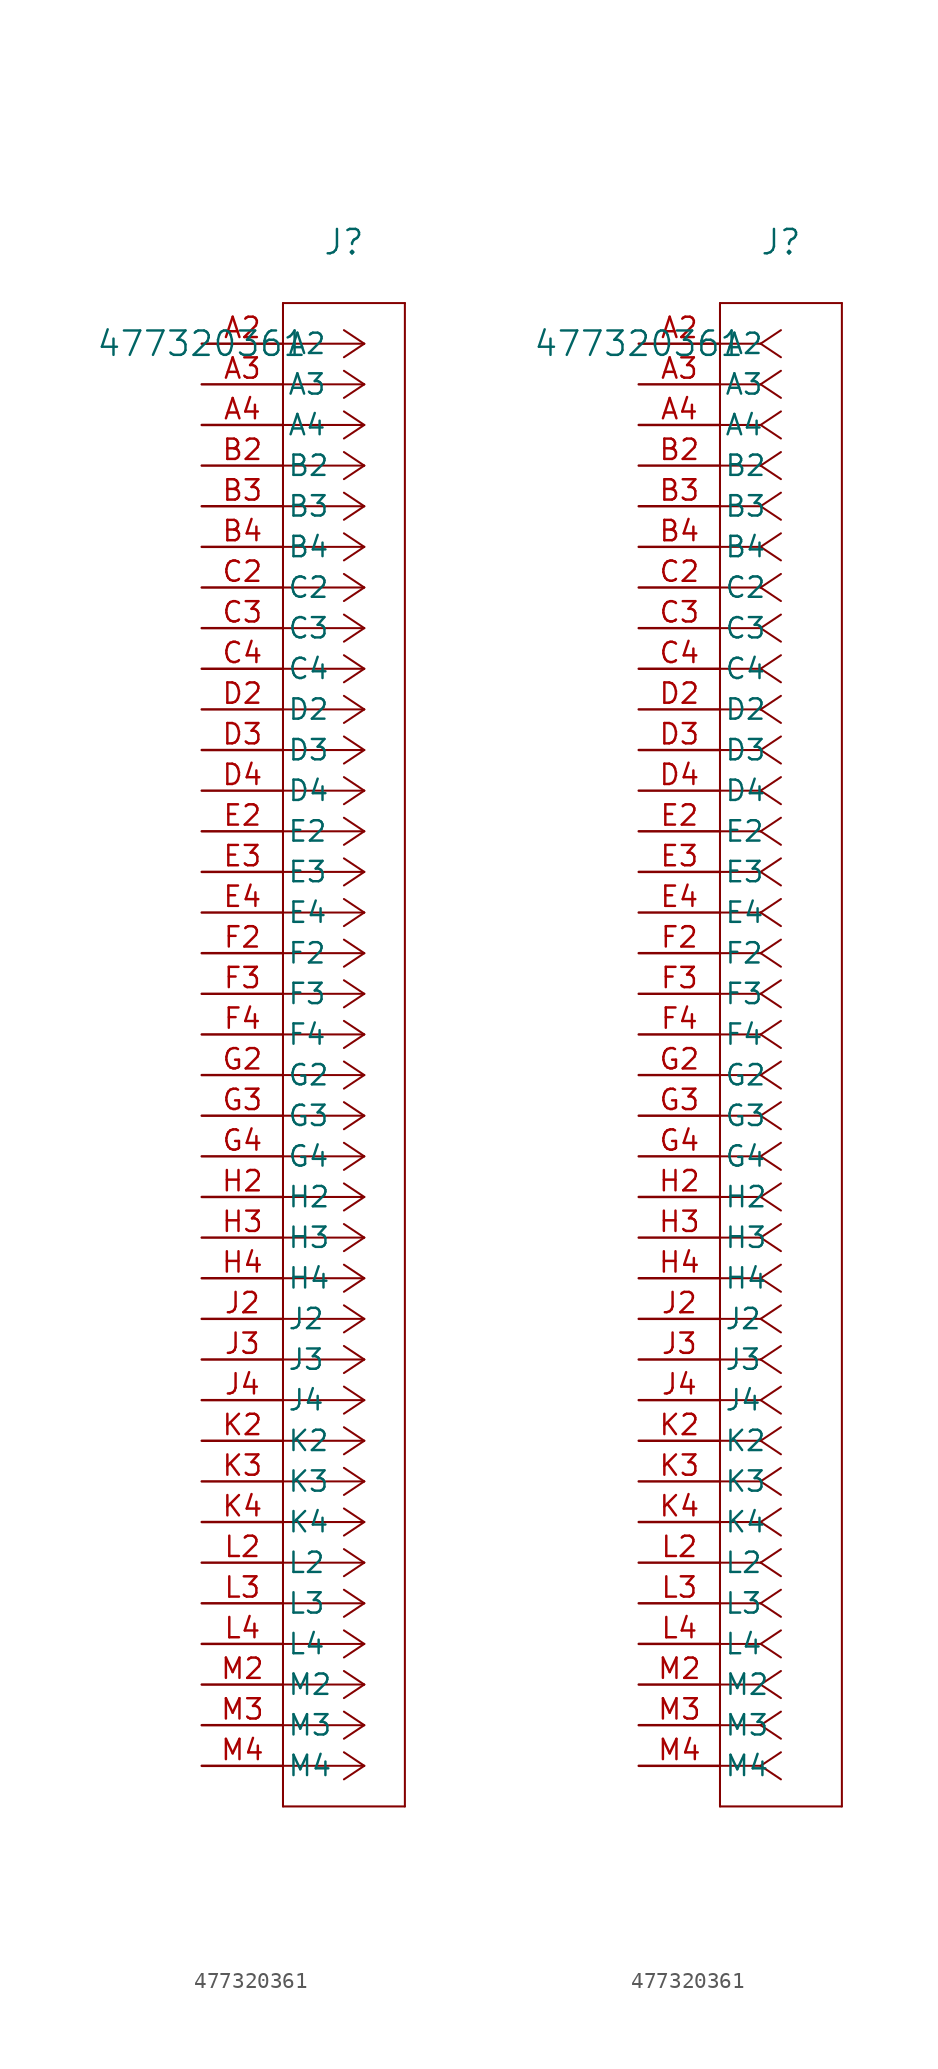
<source format=kicad_sym>
(kicad_symbol_lib
  (version 20211014)
  (generator kicad_symbol_editor)
  (symbol "477320361"
    (pin_names
      (offset 0.254))
    (property "Reference" "J"
      (at 8.89 6.35 0)
      (effects (font (size 1.524 1.524))))
    (property "Value" "477320361"
      (at 0 0 0)
      (effects (font (size 1.524 1.524))))
    (symbol "477320361_1_1"
      (polyline (pts (xy 10.16 0) (xy 5.08 0)) (stroke (width 0.127) (type default) (color 0 0 0 0)) (fill (type none)))
      (polyline (pts (xy 10.16 -2.54) (xy 5.08 -2.54)) (stroke (width 0.127) (type default) (color 0 0 0 0)) (fill (type none)))
      (polyline (pts (xy 10.16 -5.08) (xy 5.08 -5.08)) (stroke (width 0.127) (type default) (color 0 0 0 0)) (fill (type none)))
      (polyline (pts (xy 10.16 -7.62) (xy 5.08 -7.62)) (stroke (width 0.127) (type default) (color 0 0 0 0)) (fill (type none)))
      (polyline (pts (xy 10.16 -10.16) (xy 5.08 -10.16)) (stroke (width 0.127) (type default) (color 0 0 0 0)) (fill (type none)))
      (polyline (pts (xy 10.16 -12.7) (xy 5.08 -12.7)) (stroke (width 0.127) (type default) (color 0 0 0 0)) (fill (type none)))
      (polyline (pts (xy 10.16 -15.24) (xy 5.08 -15.24)) (stroke (width 0.127) (type default) (color 0 0 0 0)) (fill (type none)))
      (polyline (pts (xy 10.16 -17.78) (xy 5.08 -17.78)) (stroke (width 0.127) (type default) (color 0 0 0 0)) (fill (type none)))
      (polyline (pts (xy 10.16 -20.32) (xy 5.08 -20.32)) (stroke (width 0.127) (type default) (color 0 0 0 0)) (fill (type none)))
      (polyline (pts (xy 10.16 -22.86) (xy 5.08 -22.86)) (stroke (width 0.127) (type default) (color 0 0 0 0)) (fill (type none)))
      (polyline (pts (xy 10.16 -25.4) (xy 5.08 -25.4)) (stroke (width 0.127) (type default) (color 0 0 0 0)) (fill (type none)))
      (polyline (pts (xy 10.16 -27.94) (xy 5.08 -27.94)) (stroke (width 0.127) (type default) (color 0 0 0 0)) (fill (type none)))
      (polyline (pts (xy 10.16 -30.48) (xy 5.08 -30.48)) (stroke (width 0.127) (type default) (color 0 0 0 0)) (fill (type none)))
      (polyline (pts (xy 10.16 -33.02) (xy 5.08 -33.02)) (stroke (width 0.127) (type default) (color 0 0 0 0)) (fill (type none)))
      (polyline (pts (xy 10.16 -35.56) (xy 5.08 -35.56)) (stroke (width 0.127) (type default) (color 0 0 0 0)) (fill (type none)))
      (polyline (pts (xy 10.16 -38.1) (xy 5.08 -38.1)) (stroke (width 0.127) (type default) (color 0 0 0 0)) (fill (type none)))
      (polyline (pts (xy 10.16 -40.64) (xy 5.08 -40.64)) (stroke (width 0.127) (type default) (color 0 0 0 0)) (fill (type none)))
      (polyline (pts (xy 10.16 -43.18) (xy 5.08 -43.18)) (stroke (width 0.127) (type default) (color 0 0 0 0)) (fill (type none)))
      (polyline (pts (xy 10.16 -45.72) (xy 5.08 -45.72)) (stroke (width 0.127) (type default) (color 0 0 0 0)) (fill (type none)))
      (polyline (pts (xy 10.16 -48.26) (xy 5.08 -48.26)) (stroke (width 0.127) (type default) (color 0 0 0 0)) (fill (type none)))
      (polyline (pts (xy 10.16 -50.8) (xy 5.08 -50.8)) (stroke (width 0.127) (type default) (color 0 0 0 0)) (fill (type none)))
      (polyline (pts (xy 10.16 -53.34) (xy 5.08 -53.34)) (stroke (width 0.127) (type default) (color 0 0 0 0)) (fill (type none)))
      (polyline (pts (xy 10.16 -55.88) (xy 5.08 -55.88)) (stroke (width 0.127) (type default) (color 0 0 0 0)) (fill (type none)))
      (polyline (pts (xy 10.16 -58.42) (xy 5.08 -58.42)) (stroke (width 0.127) (type default) (color 0 0 0 0)) (fill (type none)))
      (polyline (pts (xy 10.16 -60.96) (xy 5.08 -60.96)) (stroke (width 0.127) (type default) (color 0 0 0 0)) (fill (type none)))
      (polyline (pts (xy 10.16 -63.5) (xy 5.08 -63.5)) (stroke (width 0.127) (type default) (color 0 0 0 0)) (fill (type none)))
      (polyline (pts (xy 10.16 -66.04) (xy 5.08 -66.04)) (stroke (width 0.127) (type default) (color 0 0 0 0)) (fill (type none)))
      (polyline (pts (xy 10.16 -68.58) (xy 5.08 -68.58)) (stroke (width 0.127) (type default) (color 0 0 0 0)) (fill (type none)))
      (polyline (pts (xy 10.16 -71.12) (xy 5.08 -71.12)) (stroke (width 0.127) (type default) (color 0 0 0 0)) (fill (type none)))
      (polyline (pts (xy 10.16 -73.66) (xy 5.08 -73.66)) (stroke (width 0.127) (type default) (color 0 0 0 0)) (fill (type none)))
      (polyline (pts (xy 10.16 -76.2) (xy 5.08 -76.2)) (stroke (width 0.127) (type default) (color 0 0 0 0)) (fill (type none)))
      (polyline (pts (xy 10.16 -78.74) (xy 5.08 -78.74)) (stroke (width 0.127) (type default) (color 0 0 0 0)) (fill (type none)))
      (polyline (pts (xy 10.16 -81.28) (xy 5.08 -81.28)) (stroke (width 0.127) (type default) (color 0 0 0 0)) (fill (type none)))
      (polyline (pts (xy 10.16 -83.82) (xy 5.08 -83.82)) (stroke (width 0.127) (type default) (color 0 0 0 0)) (fill (type none)))
      (polyline (pts (xy 10.16 -86.36) (xy 5.08 -86.36)) (stroke (width 0.127) (type default) (color 0 0 0 0)) (fill (type none)))
      (polyline (pts (xy 10.16 -88.9) (xy 5.08 -88.9)) (stroke (width 0.127) (type default) (color 0 0 0 0)) (fill (type none)))
      (polyline (pts (xy 10.16 0) (xy 8.89 0.847)) (stroke (width 0.127) (type default) (color 0 0 0 0)) (fill (type none)))
      (polyline (pts (xy 10.16 -2.54) (xy 8.89 -1.693)) (stroke (width 0.127) (type default) (color 0 0 0 0)) (fill (type none)))
      (polyline (pts (xy 10.16 -5.08) (xy 8.89 -4.233)) (stroke (width 0.127) (type default) (color 0 0 0 0)) (fill (type none)))
      (polyline (pts (xy 10.16 -7.62) (xy 8.89 -6.773)) (stroke (width 0.127) (type default) (color 0 0 0 0)) (fill (type none)))
      (polyline (pts (xy 10.16 -10.16) (xy 8.89 -9.313)) (stroke (width 0.127) (type default) (color 0 0 0 0)) (fill (type none)))
      (polyline (pts (xy 10.16 -12.7) (xy 8.89 -11.853)) (stroke (width 0.127) (type default) (color 0 0 0 0)) (fill (type none)))
      (polyline (pts (xy 10.16 -15.24) (xy 8.89 -14.393)) (stroke (width 0.127) (type default) (color 0 0 0 0)) (fill (type none)))
      (polyline (pts (xy 10.16 -17.78) (xy 8.89 -16.933)) (stroke (width 0.127) (type default) (color 0 0 0 0)) (fill (type none)))
      (polyline (pts (xy 10.16 -20.32) (xy 8.89 -19.473)) (stroke (width 0.127) (type default) (color 0 0 0 0)) (fill (type none)))
      (polyline (pts (xy 10.16 -22.86) (xy 8.89 -22.013)) (stroke (width 0.127) (type default) (color 0 0 0 0)) (fill (type none)))
      (polyline (pts (xy 10.16 -25.4) (xy 8.89 -24.553)) (stroke (width 0.127) (type default) (color 0 0 0 0)) (fill (type none)))
      (polyline (pts (xy 10.16 -27.94) (xy 8.89 -27.093)) (stroke (width 0.127) (type default) (color 0 0 0 0)) (fill (type none)))
      (polyline (pts (xy 10.16 -30.48) (xy 8.89 -29.633)) (stroke (width 0.127) (type default) (color 0 0 0 0)) (fill (type none)))
      (polyline (pts (xy 10.16 -33.02) (xy 8.89 -32.173)) (stroke (width 0.127) (type default) (color 0 0 0 0)) (fill (type none)))
      (polyline (pts (xy 10.16 -35.56) (xy 8.89 -34.713)) (stroke (width 0.127) (type default) (color 0 0 0 0)) (fill (type none)))
      (polyline (pts (xy 10.16 -38.1) (xy 8.89 -37.253)) (stroke (width 0.127) (type default) (color 0 0 0 0)) (fill (type none)))
      (polyline (pts (xy 10.16 -40.64) (xy 8.89 -39.793)) (stroke (width 0.127) (type default) (color 0 0 0 0)) (fill (type none)))
      (polyline (pts (xy 10.16 -43.18) (xy 8.89 -42.333)) (stroke (width 0.127) (type default) (color 0 0 0 0)) (fill (type none)))
      (polyline (pts (xy 10.16 -45.72) (xy 8.89 -44.873)) (stroke (width 0.127) (type default) (color 0 0 0 0)) (fill (type none)))
      (polyline (pts (xy 10.16 -48.26) (xy 8.89 -47.413)) (stroke (width 0.127) (type default) (color 0 0 0 0)) (fill (type none)))
      (polyline (pts (xy 10.16 -50.8) (xy 8.89 -49.953)) (stroke (width 0.127) (type default) (color 0 0 0 0)) (fill (type none)))
      (polyline (pts (xy 10.16 -53.34) (xy 8.89 -52.493)) (stroke (width 0.127) (type default) (color 0 0 0 0)) (fill (type none)))
      (polyline (pts (xy 10.16 -55.88) (xy 8.89 -55.033)) (stroke (width 0.127) (type default) (color 0 0 0 0)) (fill (type none)))
      (polyline (pts (xy 10.16 -58.42) (xy 8.89 -57.573)) (stroke (width 0.127) (type default) (color 0 0 0 0)) (fill (type none)))
      (polyline (pts (xy 10.16 -60.96) (xy 8.89 -60.113)) (stroke (width 0.127) (type default) (color 0 0 0 0)) (fill (type none)))
      (polyline (pts (xy 10.16 -63.5) (xy 8.89 -62.653)) (stroke (width 0.127) (type default) (color 0 0 0 0)) (fill (type none)))
      (polyline (pts (xy 10.16 -66.04) (xy 8.89 -65.193)) (stroke (width 0.127) (type default) (color 0 0 0 0)) (fill (type none)))
      (polyline (pts (xy 10.16 -68.58) (xy 8.89 -67.733)) (stroke (width 0.127) (type default) (color 0 0 0 0)) (fill (type none)))
      (polyline (pts (xy 10.16 -71.12) (xy 8.89 -70.273)) (stroke (width 0.127) (type default) (color 0 0 0 0)) (fill (type none)))
      (polyline (pts (xy 10.16 -73.66) (xy 8.89 -72.813)) (stroke (width 0.127) (type default) (color 0 0 0 0)) (fill (type none)))
      (polyline (pts (xy 10.16 -76.2) (xy 8.89 -75.353)) (stroke (width 0.127) (type default) (color 0 0 0 0)) (fill (type none)))
      (polyline (pts (xy 10.16 -78.74) (xy 8.89 -77.893)) (stroke (width 0.127) (type default) (color 0 0 0 0)) (fill (type none)))
      (polyline (pts (xy 10.16 -81.28) (xy 8.89 -80.433)) (stroke (width 0.127) (type default) (color 0 0 0 0)) (fill (type none)))
      (polyline (pts (xy 10.16 -83.82) (xy 8.89 -82.973)) (stroke (width 0.127) (type default) (color 0 0 0 0)) (fill (type none)))
      (polyline (pts (xy 10.16 -86.36) (xy 8.89 -85.513)) (stroke (width 0.127) (type default) (color 0 0 0 0)) (fill (type none)))
      (polyline (pts (xy 10.16 -88.9) (xy 8.89 -88.053)) (stroke (width 0.127) (type default) (color 0 0 0 0)) (fill (type none)))
      (polyline (pts (xy 10.16 0) (xy 8.89 -0.847)) (stroke (width 0.127) (type default) (color 0 0 0 0)) (fill (type none)))
      (polyline (pts (xy 10.16 -2.54) (xy 8.89 -3.387)) (stroke (width 0.127) (type default) (color 0 0 0 0)) (fill (type none)))
      (polyline (pts (xy 10.16 -5.08) (xy 8.89 -5.927)) (stroke (width 0.127) (type default) (color 0 0 0 0)) (fill (type none)))
      (polyline (pts (xy 10.16 -7.62) (xy 8.89 -8.467)) (stroke (width 0.127) (type default) (color 0 0 0 0)) (fill (type none)))
      (polyline (pts (xy 10.16 -10.16) (xy 8.89 -11.007)) (stroke (width 0.127) (type default) (color 0 0 0 0)) (fill (type none)))
      (polyline (pts (xy 10.16 -12.7) (xy 8.89 -13.547)) (stroke (width 0.127) (type default) (color 0 0 0 0)) (fill (type none)))
      (polyline (pts (xy 10.16 -15.24) (xy 8.89 -16.087)) (stroke (width 0.127) (type default) (color 0 0 0 0)) (fill (type none)))
      (polyline (pts (xy 10.16 -17.78) (xy 8.89 -18.627)) (stroke (width 0.127) (type default) (color 0 0 0 0)) (fill (type none)))
      (polyline (pts (xy 10.16 -20.32) (xy 8.89 -21.167)) (stroke (width 0.127) (type default) (color 0 0 0 0)) (fill (type none)))
      (polyline (pts (xy 10.16 -22.86) (xy 8.89 -23.707)) (stroke (width 0.127) (type default) (color 0 0 0 0)) (fill (type none)))
      (polyline (pts (xy 10.16 -25.4) (xy 8.89 -26.247)) (stroke (width 0.127) (type default) (color 0 0 0 0)) (fill (type none)))
      (polyline (pts (xy 10.16 -27.94) (xy 8.89 -28.787)) (stroke (width 0.127) (type default) (color 0 0 0 0)) (fill (type none)))
      (polyline (pts (xy 10.16 -30.48) (xy 8.89 -31.327)) (stroke (width 0.127) (type default) (color 0 0 0 0)) (fill (type none)))
      (polyline (pts (xy 10.16 -33.02) (xy 8.89 -33.867)) (stroke (width 0.127) (type default) (color 0 0 0 0)) (fill (type none)))
      (polyline (pts (xy 10.16 -35.56) (xy 8.89 -36.407)) (stroke (width 0.127) (type default) (color 0 0 0 0)) (fill (type none)))
      (polyline (pts (xy 10.16 -38.1) (xy 8.89 -38.947)) (stroke (width 0.127) (type default) (color 0 0 0 0)) (fill (type none)))
      (polyline (pts (xy 10.16 -40.64) (xy 8.89 -41.487)) (stroke (width 0.127) (type default) (color 0 0 0 0)) (fill (type none)))
      (polyline (pts (xy 10.16 -43.18) (xy 8.89 -44.027)) (stroke (width 0.127) (type default) (color 0 0 0 0)) (fill (type none)))
      (polyline (pts (xy 10.16 -45.72) (xy 8.89 -46.567)) (stroke (width 0.127) (type default) (color 0 0 0 0)) (fill (type none)))
      (polyline (pts (xy 10.16 -48.26) (xy 8.89 -49.107)) (stroke (width 0.127) (type default) (color 0 0 0 0)) (fill (type none)))
      (polyline (pts (xy 10.16 -50.8) (xy 8.89 -51.647)) (stroke (width 0.127) (type default) (color 0 0 0 0)) (fill (type none)))
      (polyline (pts (xy 10.16 -53.34) (xy 8.89 -54.187)) (stroke (width 0.127) (type default) (color 0 0 0 0)) (fill (type none)))
      (polyline (pts (xy 10.16 -55.88) (xy 8.89 -56.727)) (stroke (width 0.127) (type default) (color 0 0 0 0)) (fill (type none)))
      (polyline (pts (xy 10.16 -58.42) (xy 8.89 -59.267)) (stroke (width 0.127) (type default) (color 0 0 0 0)) (fill (type none)))
      (polyline (pts (xy 10.16 -60.96) (xy 8.89 -61.807)) (stroke (width 0.127) (type default) (color 0 0 0 0)) (fill (type none)))
      (polyline (pts (xy 10.16 -63.5) (xy 8.89 -64.347)) (stroke (width 0.127) (type default) (color 0 0 0 0)) (fill (type none)))
      (polyline (pts (xy 10.16 -66.04) (xy 8.89 -66.887)) (stroke (width 0.127) (type default) (color 0 0 0 0)) (fill (type none)))
      (polyline (pts (xy 10.16 -68.58) (xy 8.89 -69.427)) (stroke (width 0.127) (type default) (color 0 0 0 0)) (fill (type none)))
      (polyline (pts (xy 10.16 -71.12) (xy 8.89 -71.967)) (stroke (width 0.127) (type default) (color 0 0 0 0)) (fill (type none)))
      (polyline (pts (xy 10.16 -73.66) (xy 8.89 -74.507)) (stroke (width 0.127) (type default) (color 0 0 0 0)) (fill (type none)))
      (polyline (pts (xy 10.16 -76.2) (xy 8.89 -77.047)) (stroke (width 0.127) (type default) (color 0 0 0 0)) (fill (type none)))
      (polyline (pts (xy 10.16 -78.74) (xy 8.89 -79.587)) (stroke (width 0.127) (type default) (color 0 0 0 0)) (fill (type none)))
      (polyline (pts (xy 10.16 -81.28) (xy 8.89 -82.127)) (stroke (width 0.127) (type default) (color 0 0 0 0)) (fill (type none)))
      (polyline (pts (xy 10.16 -83.82) (xy 8.89 -84.667)) (stroke (width 0.127) (type default) (color 0 0 0 0)) (fill (type none)))
      (polyline (pts (xy 10.16 -86.36) (xy 8.89 -87.207)) (stroke (width 0.127) (type default) (color 0 0 0 0)) (fill (type none)))
      (polyline (pts (xy 10.16 -88.9) (xy 8.89 -89.747)) (stroke (width 0.127) (type default) (color 0 0 0 0)) (fill (type none)))
      (polyline (pts (xy 5.08 2.54) (xy 5.08 -91.44)) (stroke (width 0.127) (type default) (color 0 0 0 0)) (fill (type none)))
      (polyline (pts (xy 5.08 -91.44) (xy 12.7 -91.44)) (stroke (width 0.127) (type default) (color 0 0 0 0)) (fill (type none)))
      (polyline (pts (xy 12.7 -91.44) (xy 12.7 2.54)) (stroke (width 0.127) (type default) (color 0 0 0 0)) (fill (type none)))
      (polyline (pts (xy 12.7 2.54) (xy 5.08 2.54)) (stroke (width 0.127) (type default) (color 0 0 0 0)) (fill (type none)))
      (pin unspecified line (at 0 0 0) (length 5.08) (name "A2" (effects (font (size 1.27 1.27)))) (number "A2" (effects (font (size 1.27 1.27)))))
      (pin unspecified line (at 0 -2.54 0) (length 5.08) (name "A3" (effects (font (size 1.27 1.27)))) (number "A3" (effects (font (size 1.27 1.27)))))
      (pin unspecified line (at 0 -5.08 0) (length 5.08) (name "A4" (effects (font (size 1.27 1.27)))) (number "A4" (effects (font (size 1.27 1.27)))))
      (pin unspecified line (at 0 -7.62 0) (length 5.08) (name "B2" (effects (font (size 1.27 1.27)))) (number "B2" (effects (font (size 1.27 1.27)))))
      (pin unspecified line (at 0 -10.16 0) (length 5.08) (name "B3" (effects (font (size 1.27 1.27)))) (number "B3" (effects (font (size 1.27 1.27)))))
      (pin unspecified line (at 0 -12.7 0) (length 5.08) (name "B4" (effects (font (size 1.27 1.27)))) (number "B4" (effects (font (size 1.27 1.27)))))
      (pin unspecified line (at 0 -15.24 0) (length 5.08) (name "C2" (effects (font (size 1.27 1.27)))) (number "C2" (effects (font (size 1.27 1.27)))))
      (pin unspecified line (at 0 -17.78 0) (length 5.08) (name "C3" (effects (font (size 1.27 1.27)))) (number "C3" (effects (font (size 1.27 1.27)))))
      (pin unspecified line (at 0 -20.32 0) (length 5.08) (name "C4" (effects (font (size 1.27 1.27)))) (number "C4" (effects (font (size 1.27 1.27)))))
      (pin unspecified line (at 0 -22.86 0) (length 5.08) (name "D2" (effects (font (size 1.27 1.27)))) (number "D2" (effects (font (size 1.27 1.27)))))
      (pin unspecified line (at 0 -25.4 0) (length 5.08) (name "D3" (effects (font (size 1.27 1.27)))) (number "D3" (effects (font (size 1.27 1.27)))))
      (pin unspecified line (at 0 -27.94 0) (length 5.08) (name "D4" (effects (font (size 1.27 1.27)))) (number "D4" (effects (font (size 1.27 1.27)))))
      (pin unspecified line (at 0 -30.48 0) (length 5.08) (name "E2" (effects (font (size 1.27 1.27)))) (number "E2" (effects (font (size 1.27 1.27)))))
      (pin unspecified line (at 0 -33.02 0) (length 5.08) (name "E3" (effects (font (size 1.27 1.27)))) (number "E3" (effects (font (size 1.27 1.27)))))
      (pin unspecified line (at 0 -35.56 0) (length 5.08) (name "E4" (effects (font (size 1.27 1.27)))) (number "E4" (effects (font (size 1.27 1.27)))))
      (pin unspecified line (at 0 -38.1 0) (length 5.08) (name "F2" (effects (font (size 1.27 1.27)))) (number "F2" (effects (font (size 1.27 1.27)))))
      (pin unspecified line (at 0 -40.64 0) (length 5.08) (name "F3" (effects (font (size 1.27 1.27)))) (number "F3" (effects (font (size 1.27 1.27)))))
      (pin unspecified line (at 0 -43.18 0) (length 5.08) (name "F4" (effects (font (size 1.27 1.27)))) (number "F4" (effects (font (size 1.27 1.27)))))
      (pin unspecified line (at 0 -45.72 0) (length 5.08) (name "G2" (effects (font (size 1.27 1.27)))) (number "G2" (effects (font (size 1.27 1.27)))))
      (pin unspecified line (at 0 -48.26 0) (length 5.08) (name "G3" (effects (font (size 1.27 1.27)))) (number "G3" (effects (font (size 1.27 1.27)))))
      (pin unspecified line (at 0 -50.8 0) (length 5.08) (name "G4" (effects (font (size 1.27 1.27)))) (number "G4" (effects (font (size 1.27 1.27)))))
      (pin unspecified line (at 0 -53.34 0) (length 5.08) (name "H2" (effects (font (size 1.27 1.27)))) (number "H2" (effects (font (size 1.27 1.27)))))
      (pin unspecified line (at 0 -55.88 0) (length 5.08) (name "H3" (effects (font (size 1.27 1.27)))) (number "H3" (effects (font (size 1.27 1.27)))))
      (pin unspecified line (at 0 -58.42 0) (length 5.08) (name "H4" (effects (font (size 1.27 1.27)))) (number "H4" (effects (font (size 1.27 1.27)))))
      (pin unspecified line (at 0 -60.96 0) (length 5.08) (name "J2" (effects (font (size 1.27 1.27)))) (number "J2" (effects (font (size 1.27 1.27)))))
      (pin unspecified line (at 0 -63.5 0) (length 5.08) (name "J3" (effects (font (size 1.27 1.27)))) (number "J3" (effects (font (size 1.27 1.27)))))
      (pin unspecified line (at 0 -66.04 0) (length 5.08) (name "J4" (effects (font (size 1.27 1.27)))) (number "J4" (effects (font (size 1.27 1.27)))))
      (pin unspecified line (at 0 -68.58 0) (length 5.08) (name "K2" (effects (font (size 1.27 1.27)))) (number "K2" (effects (font (size 1.27 1.27)))))
      (pin unspecified line (at 0 -71.12 0) (length 5.08) (name "K3" (effects (font (size 1.27 1.27)))) (number "K3" (effects (font (size 1.27 1.27)))))
      (pin unspecified line (at 0 -73.66 0) (length 5.08) (name "K4" (effects (font (size 1.27 1.27)))) (number "K4" (effects (font (size 1.27 1.27)))))
      (pin unspecified line (at 0 -76.2 0) (length 5.08) (name "L2" (effects (font (size 1.27 1.27)))) (number "L2" (effects (font (size 1.27 1.27)))))
      (pin unspecified line (at 0 -78.74 0) (length 5.08) (name "L3" (effects (font (size 1.27 1.27)))) (number "L3" (effects (font (size 1.27 1.27)))))
      (pin unspecified line (at 0 -81.28 0) (length 5.08) (name "L4" (effects (font (size 1.27 1.27)))) (number "L4" (effects (font (size 1.27 1.27)))))
      (pin unspecified line (at 0 -83.82 0) (length 5.08) (name "M2" (effects (font (size 1.27 1.27)))) (number "M2" (effects (font (size 1.27 1.27)))))
      (pin unspecified line (at 0 -86.36 0) (length 5.08) (name "M3" (effects (font (size 1.27 1.27)))) (number "M3" (effects (font (size 1.27 1.27)))))
      (pin unspecified line (at 0 -88.9 0) (length 5.08) (name "M4" (effects (font (size 1.27 1.27)))) (number "M4" (effects (font (size 1.27 1.27))))))
    (symbol "477320361_1_2"
      (polyline (pts (xy 7.62 0) (xy 5.08 0)) (stroke (width 0.127) (type default) (color 0 0 0 0)) (fill (type none)))
      (polyline (pts (xy 7.62 -2.54) (xy 5.08 -2.54)) (stroke (width 0.127) (type default) (color 0 0 0 0)) (fill (type none)))
      (polyline (pts (xy 7.62 -5.08) (xy 5.08 -5.08)) (stroke (width 0.127) (type default) (color 0 0 0 0)) (fill (type none)))
      (polyline (pts (xy 7.62 -7.62) (xy 5.08 -7.62)) (stroke (width 0.127) (type default) (color 0 0 0 0)) (fill (type none)))
      (polyline (pts (xy 7.62 -10.16) (xy 5.08 -10.16)) (stroke (width 0.127) (type default) (color 0 0 0 0)) (fill (type none)))
      (polyline (pts (xy 7.62 -12.7) (xy 5.08 -12.7)) (stroke (width 0.127) (type default) (color 0 0 0 0)) (fill (type none)))
      (polyline (pts (xy 7.62 -15.24) (xy 5.08 -15.24)) (stroke (width 0.127) (type default) (color 0 0 0 0)) (fill (type none)))
      (polyline (pts (xy 7.62 -17.78) (xy 5.08 -17.78)) (stroke (width 0.127) (type default) (color 0 0 0 0)) (fill (type none)))
      (polyline (pts (xy 7.62 -20.32) (xy 5.08 -20.32)) (stroke (width 0.127) (type default) (color 0 0 0 0)) (fill (type none)))
      (polyline (pts (xy 7.62 -22.86) (xy 5.08 -22.86)) (stroke (width 0.127) (type default) (color 0 0 0 0)) (fill (type none)))
      (polyline (pts (xy 7.62 -25.4) (xy 5.08 -25.4)) (stroke (width 0.127) (type default) (color 0 0 0 0)) (fill (type none)))
      (polyline (pts (xy 7.62 -27.94) (xy 5.08 -27.94)) (stroke (width 0.127) (type default) (color 0 0 0 0)) (fill (type none)))
      (polyline (pts (xy 7.62 -30.48) (xy 5.08 -30.48)) (stroke (width 0.127) (type default) (color 0 0 0 0)) (fill (type none)))
      (polyline (pts (xy 7.62 -33.02) (xy 5.08 -33.02)) (stroke (width 0.127) (type default) (color 0 0 0 0)) (fill (type none)))
      (polyline (pts (xy 7.62 -35.56) (xy 5.08 -35.56)) (stroke (width 0.127) (type default) (color 0 0 0 0)) (fill (type none)))
      (polyline (pts (xy 7.62 -38.1) (xy 5.08 -38.1)) (stroke (width 0.127) (type default) (color 0 0 0 0)) (fill (type none)))
      (polyline (pts (xy 7.62 -40.64) (xy 5.08 -40.64)) (stroke (width 0.127) (type default) (color 0 0 0 0)) (fill (type none)))
      (polyline (pts (xy 7.62 -43.18) (xy 5.08 -43.18)) (stroke (width 0.127) (type default) (color 0 0 0 0)) (fill (type none)))
      (polyline (pts (xy 7.62 -45.72) (xy 5.08 -45.72)) (stroke (width 0.127) (type default) (color 0 0 0 0)) (fill (type none)))
      (polyline (pts (xy 7.62 -48.26) (xy 5.08 -48.26)) (stroke (width 0.127) (type default) (color 0 0 0 0)) (fill (type none)))
      (polyline (pts (xy 7.62 -50.8) (xy 5.08 -50.8)) (stroke (width 0.127) (type default) (color 0 0 0 0)) (fill (type none)))
      (polyline (pts (xy 7.62 -53.34) (xy 5.08 -53.34)) (stroke (width 0.127) (type default) (color 0 0 0 0)) (fill (type none)))
      (polyline (pts (xy 7.62 -55.88) (xy 5.08 -55.88)) (stroke (width 0.127) (type default) (color 0 0 0 0)) (fill (type none)))
      (polyline (pts (xy 7.62 -58.42) (xy 5.08 -58.42)) (stroke (width 0.127) (type default) (color 0 0 0 0)) (fill (type none)))
      (polyline (pts (xy 7.62 -60.96) (xy 5.08 -60.96)) (stroke (width 0.127) (type default) (color 0 0 0 0)) (fill (type none)))
      (polyline (pts (xy 7.62 -63.5) (xy 5.08 -63.5)) (stroke (width 0.127) (type default) (color 0 0 0 0)) (fill (type none)))
      (polyline (pts (xy 7.62 -66.04) (xy 5.08 -66.04)) (stroke (width 0.127) (type default) (color 0 0 0 0)) (fill (type none)))
      (polyline (pts (xy 7.62 -68.58) (xy 5.08 -68.58)) (stroke (width 0.127) (type default) (color 0 0 0 0)) (fill (type none)))
      (polyline (pts (xy 7.62 -71.12) (xy 5.08 -71.12)) (stroke (width 0.127) (type default) (color 0 0 0 0)) (fill (type none)))
      (polyline (pts (xy 7.62 -73.66) (xy 5.08 -73.66)) (stroke (width 0.127) (type default) (color 0 0 0 0)) (fill (type none)))
      (polyline (pts (xy 7.62 -76.2) (xy 5.08 -76.2)) (stroke (width 0.127) (type default) (color 0 0 0 0)) (fill (type none)))
      (polyline (pts (xy 7.62 -78.74) (xy 5.08 -78.74)) (stroke (width 0.127) (type default) (color 0 0 0 0)) (fill (type none)))
      (polyline (pts (xy 7.62 -81.28) (xy 5.08 -81.28)) (stroke (width 0.127) (type default) (color 0 0 0 0)) (fill (type none)))
      (polyline (pts (xy 7.62 -83.82) (xy 5.08 -83.82)) (stroke (width 0.127) (type default) (color 0 0 0 0)) (fill (type none)))
      (polyline (pts (xy 7.62 -86.36) (xy 5.08 -86.36)) (stroke (width 0.127) (type default) (color 0 0 0 0)) (fill (type none)))
      (polyline (pts (xy 7.62 -88.9) (xy 5.08 -88.9)) (stroke (width 0.127) (type default) (color 0 0 0 0)) (fill (type none)))
      (polyline (pts (xy 7.62 0) (xy 8.89 0.847)) (stroke (width 0.127) (type default) (color 0 0 0 0)) (fill (type none)))
      (polyline (pts (xy 7.62 -2.54) (xy 8.89 -1.693)) (stroke (width 0.127) (type default) (color 0 0 0 0)) (fill (type none)))
      (polyline (pts (xy 7.62 -5.08) (xy 8.89 -4.233)) (stroke (width 0.127) (type default) (color 0 0 0 0)) (fill (type none)))
      (polyline (pts (xy 7.62 -7.62) (xy 8.89 -6.773)) (stroke (width 0.127) (type default) (color 0 0 0 0)) (fill (type none)))
      (polyline (pts (xy 7.62 -10.16) (xy 8.89 -9.313)) (stroke (width 0.127) (type default) (color 0 0 0 0)) (fill (type none)))
      (polyline (pts (xy 7.62 -12.7) (xy 8.89 -11.853)) (stroke (width 0.127) (type default) (color 0 0 0 0)) (fill (type none)))
      (polyline (pts (xy 7.62 -15.24) (xy 8.89 -14.393)) (stroke (width 0.127) (type default) (color 0 0 0 0)) (fill (type none)))
      (polyline (pts (xy 7.62 -17.78) (xy 8.89 -16.933)) (stroke (width 0.127) (type default) (color 0 0 0 0)) (fill (type none)))
      (polyline (pts (xy 7.62 -20.32) (xy 8.89 -19.473)) (stroke (width 0.127) (type default) (color 0 0 0 0)) (fill (type none)))
      (polyline (pts (xy 7.62 -22.86) (xy 8.89 -22.013)) (stroke (width 0.127) (type default) (color 0 0 0 0)) (fill (type none)))
      (polyline (pts (xy 7.62 -25.4) (xy 8.89 -24.553)) (stroke (width 0.127) (type default) (color 0 0 0 0)) (fill (type none)))
      (polyline (pts (xy 7.62 -27.94) (xy 8.89 -27.093)) (stroke (width 0.127) (type default) (color 0 0 0 0)) (fill (type none)))
      (polyline (pts (xy 7.62 -30.48) (xy 8.89 -29.633)) (stroke (width 0.127) (type default) (color 0 0 0 0)) (fill (type none)))
      (polyline (pts (xy 7.62 -33.02) (xy 8.89 -32.173)) (stroke (width 0.127) (type default) (color 0 0 0 0)) (fill (type none)))
      (polyline (pts (xy 7.62 -35.56) (xy 8.89 -34.713)) (stroke (width 0.127) (type default) (color 0 0 0 0)) (fill (type none)))
      (polyline (pts (xy 7.62 -38.1) (xy 8.89 -37.253)) (stroke (width 0.127) (type default) (color 0 0 0 0)) (fill (type none)))
      (polyline (pts (xy 7.62 -40.64) (xy 8.89 -39.793)) (stroke (width 0.127) (type default) (color 0 0 0 0)) (fill (type none)))
      (polyline (pts (xy 7.62 -43.18) (xy 8.89 -42.333)) (stroke (width 0.127) (type default) (color 0 0 0 0)) (fill (type none)))
      (polyline (pts (xy 7.62 -45.72) (xy 8.89 -44.873)) (stroke (width 0.127) (type default) (color 0 0 0 0)) (fill (type none)))
      (polyline (pts (xy 7.62 -48.26) (xy 8.89 -47.413)) (stroke (width 0.127) (type default) (color 0 0 0 0)) (fill (type none)))
      (polyline (pts (xy 7.62 -50.8) (xy 8.89 -49.953)) (stroke (width 0.127) (type default) (color 0 0 0 0)) (fill (type none)))
      (polyline (pts (xy 7.62 -53.34) (xy 8.89 -52.493)) (stroke (width 0.127) (type default) (color 0 0 0 0)) (fill (type none)))
      (polyline (pts (xy 7.62 -55.88) (xy 8.89 -55.033)) (stroke (width 0.127) (type default) (color 0 0 0 0)) (fill (type none)))
      (polyline (pts (xy 7.62 -58.42) (xy 8.89 -57.573)) (stroke (width 0.127) (type default) (color 0 0 0 0)) (fill (type none)))
      (polyline (pts (xy 7.62 -60.96) (xy 8.89 -60.113)) (stroke (width 0.127) (type default) (color 0 0 0 0)) (fill (type none)))
      (polyline (pts (xy 7.62 -63.5) (xy 8.89 -62.653)) (stroke (width 0.127) (type default) (color 0 0 0 0)) (fill (type none)))
      (polyline (pts (xy 7.62 -66.04) (xy 8.89 -65.193)) (stroke (width 0.127) (type default) (color 0 0 0 0)) (fill (type none)))
      (polyline (pts (xy 7.62 -68.58) (xy 8.89 -67.733)) (stroke (width 0.127) (type default) (color 0 0 0 0)) (fill (type none)))
      (polyline (pts (xy 7.62 -71.12) (xy 8.89 -70.273)) (stroke (width 0.127) (type default) (color 0 0 0 0)) (fill (type none)))
      (polyline (pts (xy 7.62 -73.66) (xy 8.89 -72.813)) (stroke (width 0.127) (type default) (color 0 0 0 0)) (fill (type none)))
      (polyline (pts (xy 7.62 -76.2) (xy 8.89 -75.353)) (stroke (width 0.127) (type default) (color 0 0 0 0)) (fill (type none)))
      (polyline (pts (xy 7.62 -78.74) (xy 8.89 -77.893)) (stroke (width 0.127) (type default) (color 0 0 0 0)) (fill (type none)))
      (polyline (pts (xy 7.62 -81.28) (xy 8.89 -80.433)) (stroke (width 0.127) (type default) (color 0 0 0 0)) (fill (type none)))
      (polyline (pts (xy 7.62 -83.82) (xy 8.89 -82.973)) (stroke (width 0.127) (type default) (color 0 0 0 0)) (fill (type none)))
      (polyline (pts (xy 7.62 -86.36) (xy 8.89 -85.513)) (stroke (width 0.127) (type default) (color 0 0 0 0)) (fill (type none)))
      (polyline (pts (xy 7.62 -88.9) (xy 8.89 -88.053)) (stroke (width 0.127) (type default) (color 0 0 0 0)) (fill (type none)))
      (polyline (pts (xy 7.62 0) (xy 8.89 -0.847)) (stroke (width 0.127) (type default) (color 0 0 0 0)) (fill (type none)))
      (polyline (pts (xy 7.62 -2.54) (xy 8.89 -3.387)) (stroke (width 0.127) (type default) (color 0 0 0 0)) (fill (type none)))
      (polyline (pts (xy 7.62 -5.08) (xy 8.89 -5.927)) (stroke (width 0.127) (type default) (color 0 0 0 0)) (fill (type none)))
      (polyline (pts (xy 7.62 -7.62) (xy 8.89 -8.467)) (stroke (width 0.127) (type default) (color 0 0 0 0)) (fill (type none)))
      (polyline (pts (xy 7.62 -10.16) (xy 8.89 -11.007)) (stroke (width 0.127) (type default) (color 0 0 0 0)) (fill (type none)))
      (polyline (pts (xy 7.62 -12.7) (xy 8.89 -13.547)) (stroke (width 0.127) (type default) (color 0 0 0 0)) (fill (type none)))
      (polyline (pts (xy 7.62 -15.24) (xy 8.89 -16.087)) (stroke (width 0.127) (type default) (color 0 0 0 0)) (fill (type none)))
      (polyline (pts (xy 7.62 -17.78) (xy 8.89 -18.627)) (stroke (width 0.127) (type default) (color 0 0 0 0)) (fill (type none)))
      (polyline (pts (xy 7.62 -20.32) (xy 8.89 -21.167)) (stroke (width 0.127) (type default) (color 0 0 0 0)) (fill (type none)))
      (polyline (pts (xy 7.62 -22.86) (xy 8.89 -23.707)) (stroke (width 0.127) (type default) (color 0 0 0 0)) (fill (type none)))
      (polyline (pts (xy 7.62 -25.4) (xy 8.89 -26.247)) (stroke (width 0.127) (type default) (color 0 0 0 0)) (fill (type none)))
      (polyline (pts (xy 7.62 -27.94) (xy 8.89 -28.787)) (stroke (width 0.127) (type default) (color 0 0 0 0)) (fill (type none)))
      (polyline (pts (xy 7.62 -30.48) (xy 8.89 -31.327)) (stroke (width 0.127) (type default) (color 0 0 0 0)) (fill (type none)))
      (polyline (pts (xy 7.62 -33.02) (xy 8.89 -33.867)) (stroke (width 0.127) (type default) (color 0 0 0 0)) (fill (type none)))
      (polyline (pts (xy 7.62 -35.56) (xy 8.89 -36.407)) (stroke (width 0.127) (type default) (color 0 0 0 0)) (fill (type none)))
      (polyline (pts (xy 7.62 -38.1) (xy 8.89 -38.947)) (stroke (width 0.127) (type default) (color 0 0 0 0)) (fill (type none)))
      (polyline (pts (xy 7.62 -40.64) (xy 8.89 -41.487)) (stroke (width 0.127) (type default) (color 0 0 0 0)) (fill (type none)))
      (polyline (pts (xy 7.62 -43.18) (xy 8.89 -44.027)) (stroke (width 0.127) (type default) (color 0 0 0 0)) (fill (type none)))
      (polyline (pts (xy 7.62 -45.72) (xy 8.89 -46.567)) (stroke (width 0.127) (type default) (color 0 0 0 0)) (fill (type none)))
      (polyline (pts (xy 7.62 -48.26) (xy 8.89 -49.107)) (stroke (width 0.127) (type default) (color 0 0 0 0)) (fill (type none)))
      (polyline (pts (xy 7.62 -50.8) (xy 8.89 -51.647)) (stroke (width 0.127) (type default) (color 0 0 0 0)) (fill (type none)))
      (polyline (pts (xy 7.62 -53.34) (xy 8.89 -54.187)) (stroke (width 0.127) (type default) (color 0 0 0 0)) (fill (type none)))
      (polyline (pts (xy 7.62 -55.88) (xy 8.89 -56.727)) (stroke (width 0.127) (type default) (color 0 0 0 0)) (fill (type none)))
      (polyline (pts (xy 7.62 -58.42) (xy 8.89 -59.267)) (stroke (width 0.127) (type default) (color 0 0 0 0)) (fill (type none)))
      (polyline (pts (xy 7.62 -60.96) (xy 8.89 -61.807)) (stroke (width 0.127) (type default) (color 0 0 0 0)) (fill (type none)))
      (polyline (pts (xy 7.62 -63.5) (xy 8.89 -64.347)) (stroke (width 0.127) (type default) (color 0 0 0 0)) (fill (type none)))
      (polyline (pts (xy 7.62 -66.04) (xy 8.89 -66.887)) (stroke (width 0.127) (type default) (color 0 0 0 0)) (fill (type none)))
      (polyline (pts (xy 7.62 -68.58) (xy 8.89 -69.427)) (stroke (width 0.127) (type default) (color 0 0 0 0)) (fill (type none)))
      (polyline (pts (xy 7.62 -71.12) (xy 8.89 -71.967)) (stroke (width 0.127) (type default) (color 0 0 0 0)) (fill (type none)))
      (polyline (pts (xy 7.62 -73.66) (xy 8.89 -74.507)) (stroke (width 0.127) (type default) (color 0 0 0 0)) (fill (type none)))
      (polyline (pts (xy 7.62 -76.2) (xy 8.89 -77.047)) (stroke (width 0.127) (type default) (color 0 0 0 0)) (fill (type none)))
      (polyline (pts (xy 7.62 -78.74) (xy 8.89 -79.587)) (stroke (width 0.127) (type default) (color 0 0 0 0)) (fill (type none)))
      (polyline (pts (xy 7.62 -81.28) (xy 8.89 -82.127)) (stroke (width 0.127) (type default) (color 0 0 0 0)) (fill (type none)))
      (polyline (pts (xy 7.62 -83.82) (xy 8.89 -84.667)) (stroke (width 0.127) (type default) (color 0 0 0 0)) (fill (type none)))
      (polyline (pts (xy 7.62 -86.36) (xy 8.89 -87.207)) (stroke (width 0.127) (type default) (color 0 0 0 0)) (fill (type none)))
      (polyline (pts (xy 7.62 -88.9) (xy 8.89 -89.747)) (stroke (width 0.127) (type default) (color 0 0 0 0)) (fill (type none)))
      (polyline (pts (xy 5.08 2.54) (xy 5.08 -91.44)) (stroke (width 0.127) (type default) (color 0 0 0 0)) (fill (type none)))
      (polyline (pts (xy 5.08 -91.44) (xy 12.7 -91.44)) (stroke (width 0.127) (type default) (color 0 0 0 0)) (fill (type none)))
      (polyline (pts (xy 12.7 -91.44) (xy 12.7 2.54)) (stroke (width 0.127) (type default) (color 0 0 0 0)) (fill (type none)))
      (polyline (pts (xy 12.7 2.54) (xy 5.08 2.54)) (stroke (width 0.127) (type default) (color 0 0 0 0)) (fill (type none)))
      (pin unspecified line (at 0 0 0) (length 5.08) (name "A2" (effects (font (size 1.27 1.27)))) (number "A2" (effects (font (size 1.27 1.27)))))
      (pin unspecified line (at 0 -2.54 0) (length 5.08) (name "A3" (effects (font (size 1.27 1.27)))) (number "A3" (effects (font (size 1.27 1.27)))))
      (pin unspecified line (at 0 -5.08 0) (length 5.08) (name "A4" (effects (font (size 1.27 1.27)))) (number "A4" (effects (font (size 1.27 1.27)))))
      (pin unspecified line (at 0 -7.62 0) (length 5.08) (name "B2" (effects (font (size 1.27 1.27)))) (number "B2" (effects (font (size 1.27 1.27)))))
      (pin unspecified line (at 0 -10.16 0) (length 5.08) (name "B3" (effects (font (size 1.27 1.27)))) (number "B3" (effects (font (size 1.27 1.27)))))
      (pin unspecified line (at 0 -12.7 0) (length 5.08) (name "B4" (effects (font (size 1.27 1.27)))) (number "B4" (effects (font (size 1.27 1.27)))))
      (pin unspecified line (at 0 -15.24 0) (length 5.08) (name "C2" (effects (font (size 1.27 1.27)))) (number "C2" (effects (font (size 1.27 1.27)))))
      (pin unspecified line (at 0 -17.78 0) (length 5.08) (name "C3" (effects (font (size 1.27 1.27)))) (number "C3" (effects (font (size 1.27 1.27)))))
      (pin unspecified line (at 0 -20.32 0) (length 5.08) (name "C4" (effects (font (size 1.27 1.27)))) (number "C4" (effects (font (size 1.27 1.27)))))
      (pin unspecified line (at 0 -22.86 0) (length 5.08) (name "D2" (effects (font (size 1.27 1.27)))) (number "D2" (effects (font (size 1.27 1.27)))))
      (pin unspecified line (at 0 -25.4 0) (length 5.08) (name "D3" (effects (font (size 1.27 1.27)))) (number "D3" (effects (font (size 1.27 1.27)))))
      (pin unspecified line (at 0 -27.94 0) (length 5.08) (name "D4" (effects (font (size 1.27 1.27)))) (number "D4" (effects (font (size 1.27 1.27)))))
      (pin unspecified line (at 0 -30.48 0) (length 5.08) (name "E2" (effects (font (size 1.27 1.27)))) (number "E2" (effects (font (size 1.27 1.27)))))
      (pin unspecified line (at 0 -33.02 0) (length 5.08) (name "E3" (effects (font (size 1.27 1.27)))) (number "E3" (effects (font (size 1.27 1.27)))))
      (pin unspecified line (at 0 -35.56 0) (length 5.08) (name "E4" (effects (font (size 1.27 1.27)))) (number "E4" (effects (font (size 1.27 1.27)))))
      (pin unspecified line (at 0 -38.1 0) (length 5.08) (name "F2" (effects (font (size 1.27 1.27)))) (number "F2" (effects (font (size 1.27 1.27)))))
      (pin unspecified line (at 0 -40.64 0) (length 5.08) (name "F3" (effects (font (size 1.27 1.27)))) (number "F3" (effects (font (size 1.27 1.27)))))
      (pin unspecified line (at 0 -43.18 0) (length 5.08) (name "F4" (effects (font (size 1.27 1.27)))) (number "F4" (effects (font (size 1.27 1.27)))))
      (pin unspecified line (at 0 -45.72 0) (length 5.08) (name "G2" (effects (font (size 1.27 1.27)))) (number "G2" (effects (font (size 1.27 1.27)))))
      (pin unspecified line (at 0 -48.26 0) (length 5.08) (name "G3" (effects (font (size 1.27 1.27)))) (number "G3" (effects (font (size 1.27 1.27)))))
      (pin unspecified line (at 0 -50.8 0) (length 5.08) (name "G4" (effects (font (size 1.27 1.27)))) (number "G4" (effects (font (size 1.27 1.27)))))
      (pin unspecified line (at 0 -53.34 0) (length 5.08) (name "H2" (effects (font (size 1.27 1.27)))) (number "H2" (effects (font (size 1.27 1.27)))))
      (pin unspecified line (at 0 -55.88 0) (length 5.08) (name "H3" (effects (font (size 1.27 1.27)))) (number "H3" (effects (font (size 1.27 1.27)))))
      (pin unspecified line (at 0 -58.42 0) (length 5.08) (name "H4" (effects (font (size 1.27 1.27)))) (number "H4" (effects (font (size 1.27 1.27)))))
      (pin unspecified line (at 0 -60.96 0) (length 5.08) (name "J2" (effects (font (size 1.27 1.27)))) (number "J2" (effects (font (size 1.27 1.27)))))
      (pin unspecified line (at 0 -63.5 0) (length 5.08) (name "J3" (effects (font (size 1.27 1.27)))) (number "J3" (effects (font (size 1.27 1.27)))))
      (pin unspecified line (at 0 -66.04 0) (length 5.08) (name "J4" (effects (font (size 1.27 1.27)))) (number "J4" (effects (font (size 1.27 1.27)))))
      (pin unspecified line (at 0 -68.58 0) (length 5.08) (name "K2" (effects (font (size 1.27 1.27)))) (number "K2" (effects (font (size 1.27 1.27)))))
      (pin unspecified line (at 0 -71.12 0) (length 5.08) (name "K3" (effects (font (size 1.27 1.27)))) (number "K3" (effects (font (size 1.27 1.27)))))
      (pin unspecified line (at 0 -73.66 0) (length 5.08) (name "K4" (effects (font (size 1.27 1.27)))) (number "K4" (effects (font (size 1.27 1.27)))))
      (pin unspecified line (at 0 -76.2 0) (length 5.08) (name "L2" (effects (font (size 1.27 1.27)))) (number "L2" (effects (font (size 1.27 1.27)))))
      (pin unspecified line (at 0 -78.74 0) (length 5.08) (name "L3" (effects (font (size 1.27 1.27)))) (number "L3" (effects (font (size 1.27 1.27)))))
      (pin unspecified line (at 0 -81.28 0) (length 5.08) (name "L4" (effects (font (size 1.27 1.27)))) (number "L4" (effects (font (size 1.27 1.27)))))
      (pin unspecified line (at 0 -83.82 0) (length 5.08) (name "M2" (effects (font (size 1.27 1.27)))) (number "M2" (effects (font (size 1.27 1.27)))))
      (pin unspecified line (at 0 -86.36 0) (length 5.08) (name "M3" (effects (font (size 1.27 1.27)))) (number "M3" (effects (font (size 1.27 1.27)))))
      (pin unspecified line (at 0 -88.9 0) (length 5.08) (name "M4" (effects (font (size 1.27 1.27)))) (number "M4" (effects (font (size 1.27 1.27))))))))
</source>
